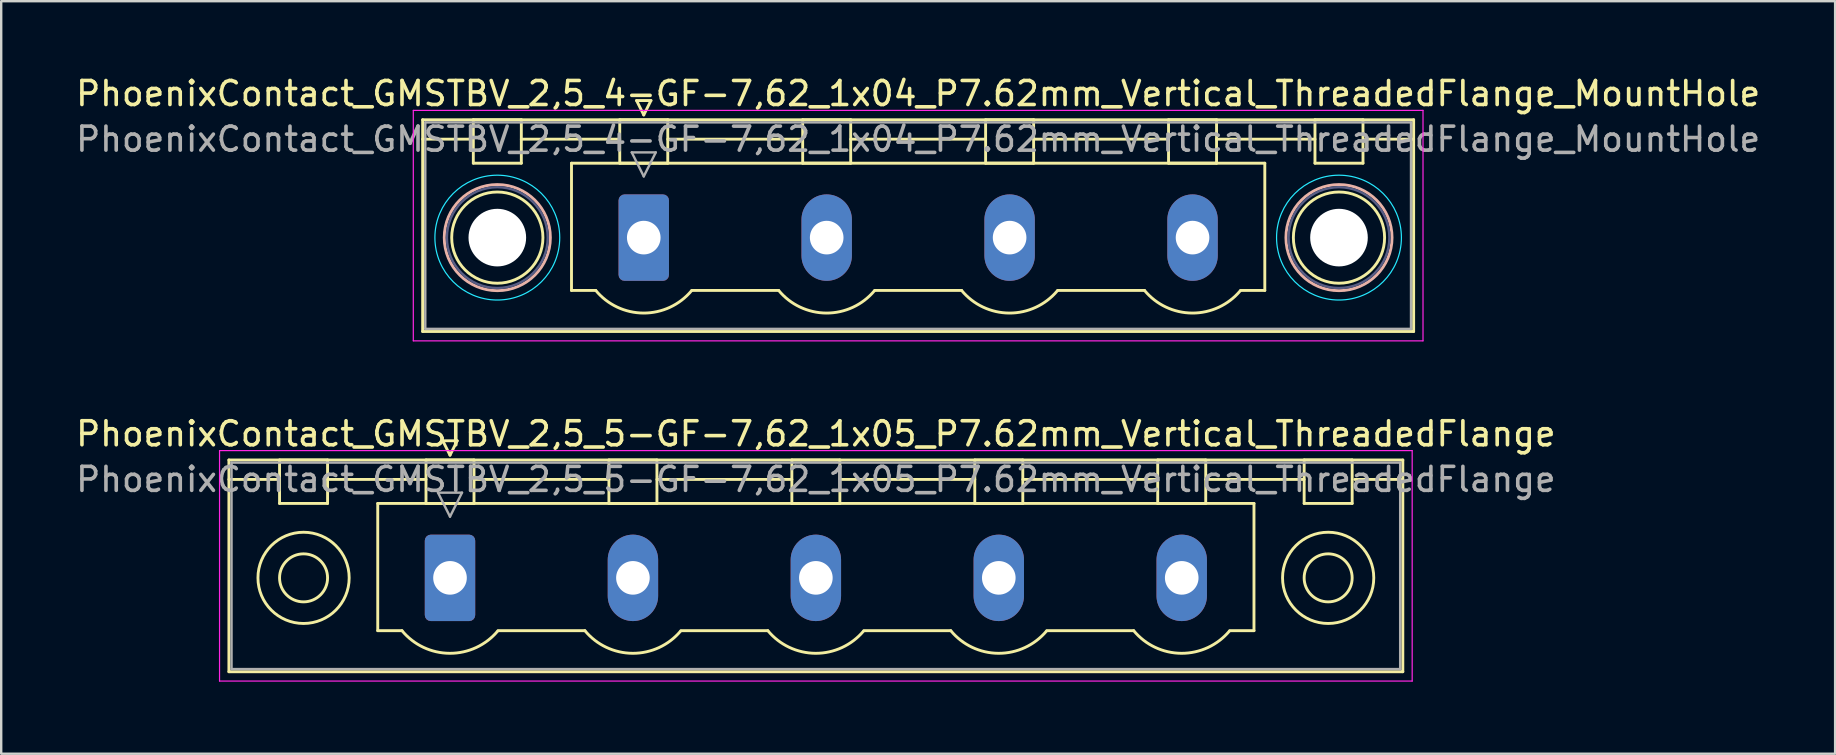
<source format=kicad_pcb>
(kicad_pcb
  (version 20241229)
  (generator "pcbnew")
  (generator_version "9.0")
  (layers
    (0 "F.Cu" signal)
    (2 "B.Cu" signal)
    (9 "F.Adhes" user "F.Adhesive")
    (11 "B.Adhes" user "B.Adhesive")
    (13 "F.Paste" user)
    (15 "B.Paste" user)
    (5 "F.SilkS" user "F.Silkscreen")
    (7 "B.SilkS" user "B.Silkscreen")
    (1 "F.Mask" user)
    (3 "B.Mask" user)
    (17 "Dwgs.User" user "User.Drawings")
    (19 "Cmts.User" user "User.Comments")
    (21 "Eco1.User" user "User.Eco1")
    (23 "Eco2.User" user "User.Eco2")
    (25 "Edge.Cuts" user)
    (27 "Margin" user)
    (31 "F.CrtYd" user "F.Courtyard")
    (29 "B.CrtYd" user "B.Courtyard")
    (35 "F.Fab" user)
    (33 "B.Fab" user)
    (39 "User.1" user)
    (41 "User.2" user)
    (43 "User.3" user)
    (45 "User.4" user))
  (footprint "PhoenixContact_GMSTBV_2,5_4-GF-7,62_1x04_P7.62mm_Vertical_ThreadedFlange_MountHole"
    (layer "F.Cu")
    (at 23.766 6.848)
    (property "Reference" "PhoenixContact_GMSTBV_2,5_4-GF-7,62_1x04_P7.62mm_Vertical_ThreadedFlange_MountHole" (at 11.43 -6 0) (layer "F.SilkS") (effects (font (size 1 1) (thickness 0.15))))
    (attr through_hole)
    (fp_line (start -9.21 -4.91) (end -9.21 3.91) (stroke (width 0.12) (type solid)) (layer "F.SilkS"))
    (fp_line (start -9.21 -4.1) (end -7.21 -4.1) (stroke (width 0.12) (type solid)) (layer "F.SilkS"))
    (fp_line (start -9.21 3.91) (end 32.07 3.91) (stroke (width 0.12) (type solid)) (layer "F.SilkS"))
    (fp_line (start -7.1 -4.91) (end -5.1 -4.91) (stroke (width 0.12) (type solid)) (layer "F.SilkS"))
    (fp_line (start -7.1 -3.1) (end -7.1 -4.91) (stroke (width 0.12) (type solid)) (layer "F.SilkS"))
    (fp_line (start -5.1 -4.91) (end -5.1 -3.1) (stroke (width 0.12) (type solid)) (layer "F.SilkS"))
    (fp_line (start -5.1 -4.1) (end -1 -4.1) (stroke (width 0.12) (type solid)) (layer "F.SilkS"))
    (fp_line (start -5.1 -3.1) (end -7.1 -3.1) (stroke (width 0.12) (type solid)) (layer "F.SilkS"))
    (fp_line (start -3.01 -3.1) (end 25.87 -3.1) (stroke (width 0.12) (type solid)) (layer "F.SilkS"))
    (fp_line (start -3.01 2.2) (end -3.01 -3.1) (stroke (width 0.12) (type solid)) (layer "F.SilkS"))
    (fp_line (start -2 2.2) (end -3.01 2.2) (stroke (width 0.12) (type solid)) (layer "F.SilkS"))
    (fp_line (start -1 -4.91) (end 1 -4.91) (stroke (width 0.12) (type solid)) (layer "F.SilkS"))
    (fp_line (start -1 -3.1) (end -1 -4.91) (stroke (width 0.12) (type solid)) (layer "F.SilkS"))
    (fp_line (start -0.3 -5.71) (end 0.3 -5.71) (stroke (width 0.12) (type solid)) (layer "F.SilkS"))
    (fp_line (start 0 -5.11) (end -0.3 -5.71) (stroke (width 0.12) (type solid)) (layer "F.SilkS"))
    (fp_line (start 0.3 -5.71) (end 0 -5.11) (stroke (width 0.12) (type solid)) (layer "F.SilkS"))
    (fp_line (start 1 -4.91) (end 1 -3.1) (stroke (width 0.12) (type solid)) (layer "F.SilkS"))
    (fp_line (start 1 -4.1) (end 6.62 -4.1) (stroke (width 0.12) (type solid)) (layer "F.SilkS"))
    (fp_line (start 1 -3.1) (end -1 -3.1) (stroke (width 0.12) (type solid)) (layer "F.SilkS"))
    (fp_line (start 2 2.2) (end 5.62 2.2) (stroke (width 0.12) (type solid)) (layer "F.SilkS"))
    (fp_line (start 6.62 -4.91) (end 8.62 -4.91) (stroke (width 0.12) (type solid)) (layer "F.SilkS"))
    (fp_line (start 6.62 -3.1) (end 6.62 -4.91) (stroke (width 0.12) (type solid)) (layer "F.SilkS"))
    (fp_line (start 8.62 -4.91) (end 8.62 -3.1) (stroke (width 0.12) (type solid)) (layer "F.SilkS"))
    (fp_line (start 8.62 -4.1) (end 14.24 -4.1) (stroke (width 0.12) (type solid)) (layer "F.SilkS"))
    (fp_line (start 8.62 -3.1) (end 6.62 -3.1) (stroke (width 0.12) (type solid)) (layer "F.SilkS"))
    (fp_line (start 9.62 2.2) (end 13.24 2.2) (stroke (width 0.12) (type solid)) (layer "F.SilkS"))
    (fp_line (start 14.24 -4.91) (end 16.24 -4.91) (stroke (width 0.12) (type solid)) (layer "F.SilkS"))
    (fp_line (start 14.24 -3.1) (end 14.24 -4.91) (stroke (width 0.12) (type solid)) (layer "F.SilkS"))
    (fp_line (start 16.24 -4.91) (end 16.24 -3.1) (stroke (width 0.12) (type solid)) (layer "F.SilkS"))
    (fp_line (start 16.24 -4.1) (end 21.86 -4.1) (stroke (width 0.12) (type solid)) (layer "F.SilkS"))
    (fp_line (start 16.24 -3.1) (end 14.24 -3.1) (stroke (width 0.12) (type solid)) (layer "F.SilkS"))
    (fp_line (start 17.24 2.2) (end 20.86 2.2) (stroke (width 0.12) (type solid)) (layer "F.SilkS"))
    (fp_line (start 21.86 -4.91) (end 23.86 -4.91) (stroke (width 0.12) (type solid)) (layer "F.SilkS"))
    (fp_line (start 21.86 -3.1) (end 21.86 -4.91) (stroke (width 0.12) (type solid)) (layer "F.SilkS"))
    (fp_line (start 23.86 -4.91) (end 23.86 -3.1) (stroke (width 0.12) (type solid)) (layer "F.SilkS"))
    (fp_line (start 23.86 -4.1) (end 27.96 -4.1) (stroke (width 0.12) (type solid)) (layer "F.SilkS"))
    (fp_line (start 23.86 -3.1) (end 21.86 -3.1) (stroke (width 0.12) (type solid)) (layer "F.SilkS"))
    (fp_line (start 25.87 -3.1) (end 25.87 2.2) (stroke (width 0.12) (type solid)) (layer "F.SilkS"))
    (fp_line (start 25.87 2.2) (end 24.86 2.2) (stroke (width 0.12) (type solid)) (layer "F.SilkS"))
    (fp_line (start 27.96 -4.91) (end 29.96 -4.91) (stroke (width 0.12) (type solid)) (layer "F.SilkS"))
    (fp_line (start 27.96 -3.1) (end 27.96 -4.91) (stroke (width 0.12) (type solid)) (layer "F.SilkS"))
    (fp_line (start 29.96 -4.91) (end 29.96 -3.1) (stroke (width 0.12) (type solid)) (layer "F.SilkS"))
    (fp_line (start 29.96 -3.1) (end 27.96 -3.1) (stroke (width 0.12) (type solid)) (layer "F.SilkS"))
    (fp_line (start 32.07 -4.91) (end -9.21 -4.91) (stroke (width 0.12) (type solid)) (layer "F.SilkS"))
    (fp_line (start 32.07 -4.1) (end 30.07 -4.1) (stroke (width 0.12) (type solid)) (layer "F.SilkS"))
    (fp_line (start 32.07 3.91) (end 32.07 -4.91) (stroke (width 0.12) (type solid)) (layer "F.SilkS"))
    (fp_arc (start 1.986842 2.215821) (mid -0.010289 3.142758) (end -2 2.2) (stroke (width 0.12) (type solid)) (layer "F.SilkS"))
    (fp_arc (start 9.606842 2.215821) (mid 7.609711 3.142758) (end 5.62 2.2) (stroke (width 0.12) (type solid)) (layer "F.SilkS"))
    (fp_arc (start 17.226842 2.215821) (mid 15.229711 3.142758) (end 13.24 2.2) (stroke (width 0.12) (type solid)) (layer "F.SilkS"))
    (fp_arc (start 24.846842 2.215821) (mid 22.849711 3.142758) (end 20.86 2.2) (stroke (width 0.12) (type solid)) (layer "F.SilkS"))
    (fp_circle (center -6.1 0) (end -4.2 0) (stroke (width 0.12) (type solid)) (fill no) (layer "F.SilkS"))
    (fp_circle (center 28.96 0) (end 30.86 0) (stroke (width 0.12) (type solid)) (fill no) (layer "F.SilkS"))
    (fp_circle (center -6.1 0) (end -3.89 0) (stroke (width 0.12) (type solid)) (fill no) (layer "B.SilkS"))
    (fp_circle (center 28.96 0) (end 31.17 0) (stroke (width 0.12) (type solid)) (fill no) (layer "B.SilkS"))
    (fp_circle (center -6.1 0) (end -3.5 0) (stroke (width 0.05) (type solid)) (fill no) (layer "B.CrtYd"))
    (fp_circle (center 28.96 0) (end 31.56 0) (stroke (width 0.05) (type solid)) (fill no) (layer "B.CrtYd"))
    (fp_line (start -9.6 -5.3) (end -9.6 4.3) (stroke (width 0.05) (type solid)) (layer "F.CrtYd"))
    (fp_line (start -9.6 4.3) (end 32.46 4.3) (stroke (width 0.05) (type solid)) (layer "F.CrtYd"))
    (fp_line (start 32.46 -5.3) (end -9.6 -5.3) (stroke (width 0.05) (type solid)) (layer "F.CrtYd"))
    (fp_line (start 32.46 4.3) (end 32.46 -5.3) (stroke (width 0.05) (type solid)) (layer "F.CrtYd"))
    (fp_circle (center -6.1 0) (end -4 0) (stroke (width 0.1) (type solid)) (fill no) (layer "B.Fab"))
    (fp_circle (center 28.96 0) (end 31.06 0) (stroke (width 0.1) (type solid)) (fill no) (layer "B.Fab"))
    (fp_line (start -9.1 -4.8) (end -9.1 3.8) (stroke (width 0.1) (type solid)) (layer "F.Fab"))
    (fp_line (start -9.1 3.8) (end 31.96 3.8) (stroke (width 0.1) (type solid)) (layer "F.Fab"))
    (fp_line (start -0.5 -3.55) (end 0.5 -3.55) (stroke (width 0.1) (type solid)) (layer "F.Fab"))
    (fp_line (start 0 -2.55) (end -0.5 -3.55) (stroke (width 0.1) (type solid)) (layer "F.Fab"))
    (fp_line (start 0.5 -3.55) (end 0 -2.55) (stroke (width 0.1) (type solid)) (layer "F.Fab"))
    (fp_line (start 31.96 -4.8) (end -9.1 -4.8) (stroke (width 0.1) (type solid)) (layer "F.Fab"))
    (fp_line (start 31.96 3.8) (end 31.96 -4.8) (stroke (width 0.1) (type solid)) (layer "F.Fab"))
    (fp_text user "${REFERENCE}" (at 11.43 -4.1 0) (layer "F.Fab") (effects (font (size 1 1) (thickness 0.15))))
    (pad "" np_thru_hole circle (at -6.1 0) (size 2.4 2.4) (drill 2.4) (layers "*.Cu" "*.Mask"))
    (pad "" np_thru_hole circle (at 28.96 0) (size 2.4 2.4) (drill 2.4) (layers "*.Cu" "*.Mask"))
    (pad "1" thru_hole roundrect (at 0 0) (size 2.1 3.6) (drill 1.4) (layers "*.Cu" "*.Mask") (roundrect_rratio 0.119))
    (pad "2" thru_hole oval (at 7.62 0) (size 2.1 3.6) (drill 1.4) (layers "*.Cu" "*.Mask"))
    (pad "3" thru_hole oval (at 15.24 0) (size 2.1 3.6) (drill 1.4) (layers "*.Cu" "*.Mask"))
    (pad "4" thru_hole oval (at 22.86 0) (size 2.1 3.6) (drill 1.4) (layers "*.Cu" "*.Mask")))
  (footprint "PhoenixContact_GMSTBV_2,5_5-GF-7,62_1x05_P7.62mm_Vertical_ThreadedFlange"
    (layer "F.Cu")
    (at 15.695 21.021)
    (property "Reference" "PhoenixContact_GMSTBV_2,5_5-GF-7,62_1x05_P7.62mm_Vertical_ThreadedFlange" (at 15.24 -6 0) (layer "F.SilkS") (effects (font (size 1 1) (thickness 0.15))))
    (attr through_hole)
    (fp_line (start -9.21 -4.91) (end -9.21 3.91) (stroke (width 0.12) (type solid)) (layer "F.SilkS"))
    (fp_line (start -9.21 -4.1) (end -7.21 -4.1) (stroke (width 0.12) (type solid)) (layer "F.SilkS"))
    (fp_line (start -9.21 3.91) (end 39.69 3.91) (stroke (width 0.12) (type solid)) (layer "F.SilkS"))
    (fp_line (start -7.1 -4.91) (end -5.1 -4.91) (stroke (width 0.12) (type solid)) (layer "F.SilkS"))
    (fp_line (start -7.1 -3.1) (end -7.1 -4.91) (stroke (width 0.12) (type solid)) (layer "F.SilkS"))
    (fp_line (start -5.1 -4.91) (end -5.1 -3.1) (stroke (width 0.12) (type solid)) (layer "F.SilkS"))
    (fp_line (start -5.1 -4.1) (end -1 -4.1) (stroke (width 0.12) (type solid)) (layer "F.SilkS"))
    (fp_line (start -5.1 -3.1) (end -7.1 -3.1) (stroke (width 0.12) (type solid)) (layer "F.SilkS"))
    (fp_line (start -3.01 -3.1) (end 33.49 -3.1) (stroke (width 0.12) (type solid)) (layer "F.SilkS"))
    (fp_line (start -3.01 2.2) (end -3.01 -3.1) (stroke (width 0.12) (type solid)) (layer "F.SilkS"))
    (fp_line (start -2 2.2) (end -3.01 2.2) (stroke (width 0.12) (type solid)) (layer "F.SilkS"))
    (fp_line (start -1 -4.91) (end 1 -4.91) (stroke (width 0.12) (type solid)) (layer "F.SilkS"))
    (fp_line (start -1 -3.1) (end -1 -4.91) (stroke (width 0.12) (type solid)) (layer "F.SilkS"))
    (fp_line (start -0.3 -5.71) (end 0.3 -5.71) (stroke (width 0.12) (type solid)) (layer "F.SilkS"))
    (fp_line (start 0 -5.11) (end -0.3 -5.71) (stroke (width 0.12) (type solid)) (layer "F.SilkS"))
    (fp_line (start 0.3 -5.71) (end 0 -5.11) (stroke (width 0.12) (type solid)) (layer "F.SilkS"))
    (fp_line (start 1 -4.91) (end 1 -3.1) (stroke (width 0.12) (type solid)) (layer "F.SilkS"))
    (fp_line (start 1 -4.1) (end 6.62 -4.1) (stroke (width 0.12) (type solid)) (layer "F.SilkS"))
    (fp_line (start 1 -3.1) (end -1 -3.1) (stroke (width 0.12) (type solid)) (layer "F.SilkS"))
    (fp_line (start 2 2.2) (end 5.62 2.2) (stroke (width 0.12) (type solid)) (layer "F.SilkS"))
    (fp_line (start 6.62 -4.91) (end 8.62 -4.91) (stroke (width 0.12) (type solid)) (layer "F.SilkS"))
    (fp_line (start 6.62 -3.1) (end 6.62 -4.91) (stroke (width 0.12) (type solid)) (layer "F.SilkS"))
    (fp_line (start 8.62 -4.91) (end 8.62 -3.1) (stroke (width 0.12) (type solid)) (layer "F.SilkS"))
    (fp_line (start 8.62 -4.1) (end 14.24 -4.1) (stroke (width 0.12) (type solid)) (layer "F.SilkS"))
    (fp_line (start 8.62 -3.1) (end 6.62 -3.1) (stroke (width 0.12) (type solid)) (layer "F.SilkS"))
    (fp_line (start 9.62 2.2) (end 13.24 2.2) (stroke (width 0.12) (type solid)) (layer "F.SilkS"))
    (fp_line (start 14.24 -4.91) (end 16.24 -4.91) (stroke (width 0.12) (type solid)) (layer "F.SilkS"))
    (fp_line (start 14.24 -3.1) (end 14.24 -4.91) (stroke (width 0.12) (type solid)) (layer "F.SilkS"))
    (fp_line (start 16.24 -4.91) (end 16.24 -3.1) (stroke (width 0.12) (type solid)) (layer "F.SilkS"))
    (fp_line (start 16.24 -4.1) (end 21.86 -4.1) (stroke (width 0.12) (type solid)) (layer "F.SilkS"))
    (fp_line (start 16.24 -3.1) (end 14.24 -3.1) (stroke (width 0.12) (type solid)) (layer "F.SilkS"))
    (fp_line (start 17.24 2.2) (end 20.86 2.2) (stroke (width 0.12) (type solid)) (layer "F.SilkS"))
    (fp_line (start 21.86 -4.91) (end 23.86 -4.91) (stroke (width 0.12) (type solid)) (layer "F.SilkS"))
    (fp_line (start 21.86 -3.1) (end 21.86 -4.91) (stroke (width 0.12) (type solid)) (layer "F.SilkS"))
    (fp_line (start 23.86 -4.91) (end 23.86 -3.1) (stroke (width 0.12) (type solid)) (layer "F.SilkS"))
    (fp_line (start 23.86 -4.1) (end 29.48 -4.1) (stroke (width 0.12) (type solid)) (layer "F.SilkS"))
    (fp_line (start 23.86 -3.1) (end 21.86 -3.1) (stroke (width 0.12) (type solid)) (layer "F.SilkS"))
    (fp_line (start 24.86 2.2) (end 28.48 2.2) (stroke (width 0.12) (type solid)) (layer "F.SilkS"))
    (fp_line (start 29.48 -4.91) (end 31.48 -4.91) (stroke (width 0.12) (type solid)) (layer "F.SilkS"))
    (fp_line (start 29.48 -3.1) (end 29.48 -4.91) (stroke (width 0.12) (type solid)) (layer "F.SilkS"))
    (fp_line (start 31.48 -4.91) (end 31.48 -3.1) (stroke (width 0.12) (type solid)) (layer "F.SilkS"))
    (fp_line (start 31.48 -4.1) (end 35.58 -4.1) (stroke (width 0.12) (type solid)) (layer "F.SilkS"))
    (fp_line (start 31.48 -3.1) (end 29.48 -3.1) (stroke (width 0.12) (type solid)) (layer "F.SilkS"))
    (fp_line (start 33.49 -3.1) (end 33.49 2.2) (stroke (width 0.12) (type solid)) (layer "F.SilkS"))
    (fp_line (start 33.49 2.2) (end 32.48 2.2) (stroke (width 0.12) (type solid)) (layer "F.SilkS"))
    (fp_line (start 35.58 -4.91) (end 37.58 -4.91) (stroke (width 0.12) (type solid)) (layer "F.SilkS"))
    (fp_line (start 35.58 -3.1) (end 35.58 -4.91) (stroke (width 0.12) (type solid)) (layer "F.SilkS"))
    (fp_line (start 37.58 -4.91) (end 37.58 -3.1) (stroke (width 0.12) (type solid)) (layer "F.SilkS"))
    (fp_line (start 37.58 -3.1) (end 35.58 -3.1) (stroke (width 0.12) (type solid)) (layer "F.SilkS"))
    (fp_line (start 39.69 -4.91) (end -9.21 -4.91) (stroke (width 0.12) (type solid)) (layer "F.SilkS"))
    (fp_line (start 39.69 -4.1) (end 37.69 -4.1) (stroke (width 0.12) (type solid)) (layer "F.SilkS"))
    (fp_line (start 39.69 3.91) (end 39.69 -4.91) (stroke (width 0.12) (type solid)) (layer "F.SilkS"))
    (fp_arc (start 1.986842 2.215821) (mid -0.010289 3.142758) (end -2 2.2) (stroke (width 0.12) (type solid)) (layer "F.SilkS"))
    (fp_arc (start 9.606842 2.215821) (mid 7.609711 3.142758) (end 5.62 2.2) (stroke (width 0.12) (type solid)) (layer "F.SilkS"))
    (fp_arc (start 17.226842 2.215821) (mid 15.229711 3.142758) (end 13.24 2.2) (stroke (width 0.12) (type solid)) (layer "F.SilkS"))
    (fp_arc (start 24.846842 2.215821) (mid 22.849711 3.142758) (end 20.86 2.2) (stroke (width 0.12) (type solid)) (layer "F.SilkS"))
    (fp_arc (start 32.466842 2.215821) (mid 30.469711 3.142758) (end 28.48 2.2) (stroke (width 0.12) (type solid)) (layer "F.SilkS"))
    (fp_circle (center -6.1 0) (end -5.1 0) (stroke (width 0.12) (type solid)) (fill no) (layer "F.SilkS"))
    (fp_circle (center -6.1 0) (end -4.2 0) (stroke (width 0.12) (type solid)) (fill no) (layer "F.SilkS"))
    (fp_circle (center 36.58 0) (end 37.58 0) (stroke (width 0.12) (type solid)) (fill no) (layer "F.SilkS"))
    (fp_circle (center 36.58 0) (end 38.48 0) (stroke (width 0.12) (type solid)) (fill no) (layer "F.SilkS"))
    (fp_line (start -9.6 -5.3) (end -9.6 4.3) (stroke (width 0.05) (type solid)) (layer "F.CrtYd"))
    (fp_line (start -9.6 4.3) (end 40.08 4.3) (stroke (width 0.05) (type solid)) (layer "F.CrtYd"))
    (fp_line (start 40.08 -5.3) (end -9.6 -5.3) (stroke (width 0.05) (type solid)) (layer "F.CrtYd"))
    (fp_line (start 40.08 4.3) (end 40.08 -5.3) (stroke (width 0.05) (type solid)) (layer "F.CrtYd"))
    (fp_line (start -9.1 -4.8) (end -9.1 3.8) (stroke (width 0.1) (type solid)) (layer "F.Fab"))
    (fp_line (start -9.1 3.8) (end 39.58 3.8) (stroke (width 0.1) (type solid)) (layer "F.Fab"))
    (fp_line (start -0.5 -3.55) (end 0.5 -3.55) (stroke (width 0.1) (type solid)) (layer "F.Fab"))
    (fp_line (start 0 -2.55) (end -0.5 -3.55) (stroke (width 0.1) (type solid)) (layer "F.Fab"))
    (fp_line (start 0.5 -3.55) (end 0 -2.55) (stroke (width 0.1) (type solid)) (layer "F.Fab"))
    (fp_line (start 39.58 -4.8) (end -9.1 -4.8) (stroke (width 0.1) (type solid)) (layer "F.Fab"))
    (fp_line (start 39.58 3.8) (end 39.58 -4.8) (stroke (width 0.1) (type solid)) (layer "F.Fab"))
    (fp_text user "${REFERENCE}" (at 15.24 -4.1 0) (layer "F.Fab") (effects (font (size 1 1) (thickness 0.15))))
    (pad "1" thru_hole roundrect (at 0 0) (size 2.1 3.6) (drill 1.4) (layers "*.Cu" "*.Mask") (roundrect_rratio 0.119))
    (pad "2" thru_hole oval (at 7.62 0) (size 2.1 3.6) (drill 1.4) (layers "*.Cu" "*.Mask"))
    (pad "3" thru_hole oval (at 15.24 0) (size 2.1 3.6) (drill 1.4) (layers "*.Cu" "*.Mask"))
    (pad "4" thru_hole oval (at 22.86 0) (size 2.1 3.6) (drill 1.4) (layers "*.Cu" "*.Mask"))
    (pad "5" thru_hole oval (at 30.48 0) (size 2.1 3.6) (drill 1.4) (layers "*.Cu" "*.Mask")))
  (gr_rect
    (start -3 -3)
    (end 73.393 28.346)
    (stroke (width 0.1) (type default))
    (fill no)
    (layer "Edge.Cuts")))
</source>
